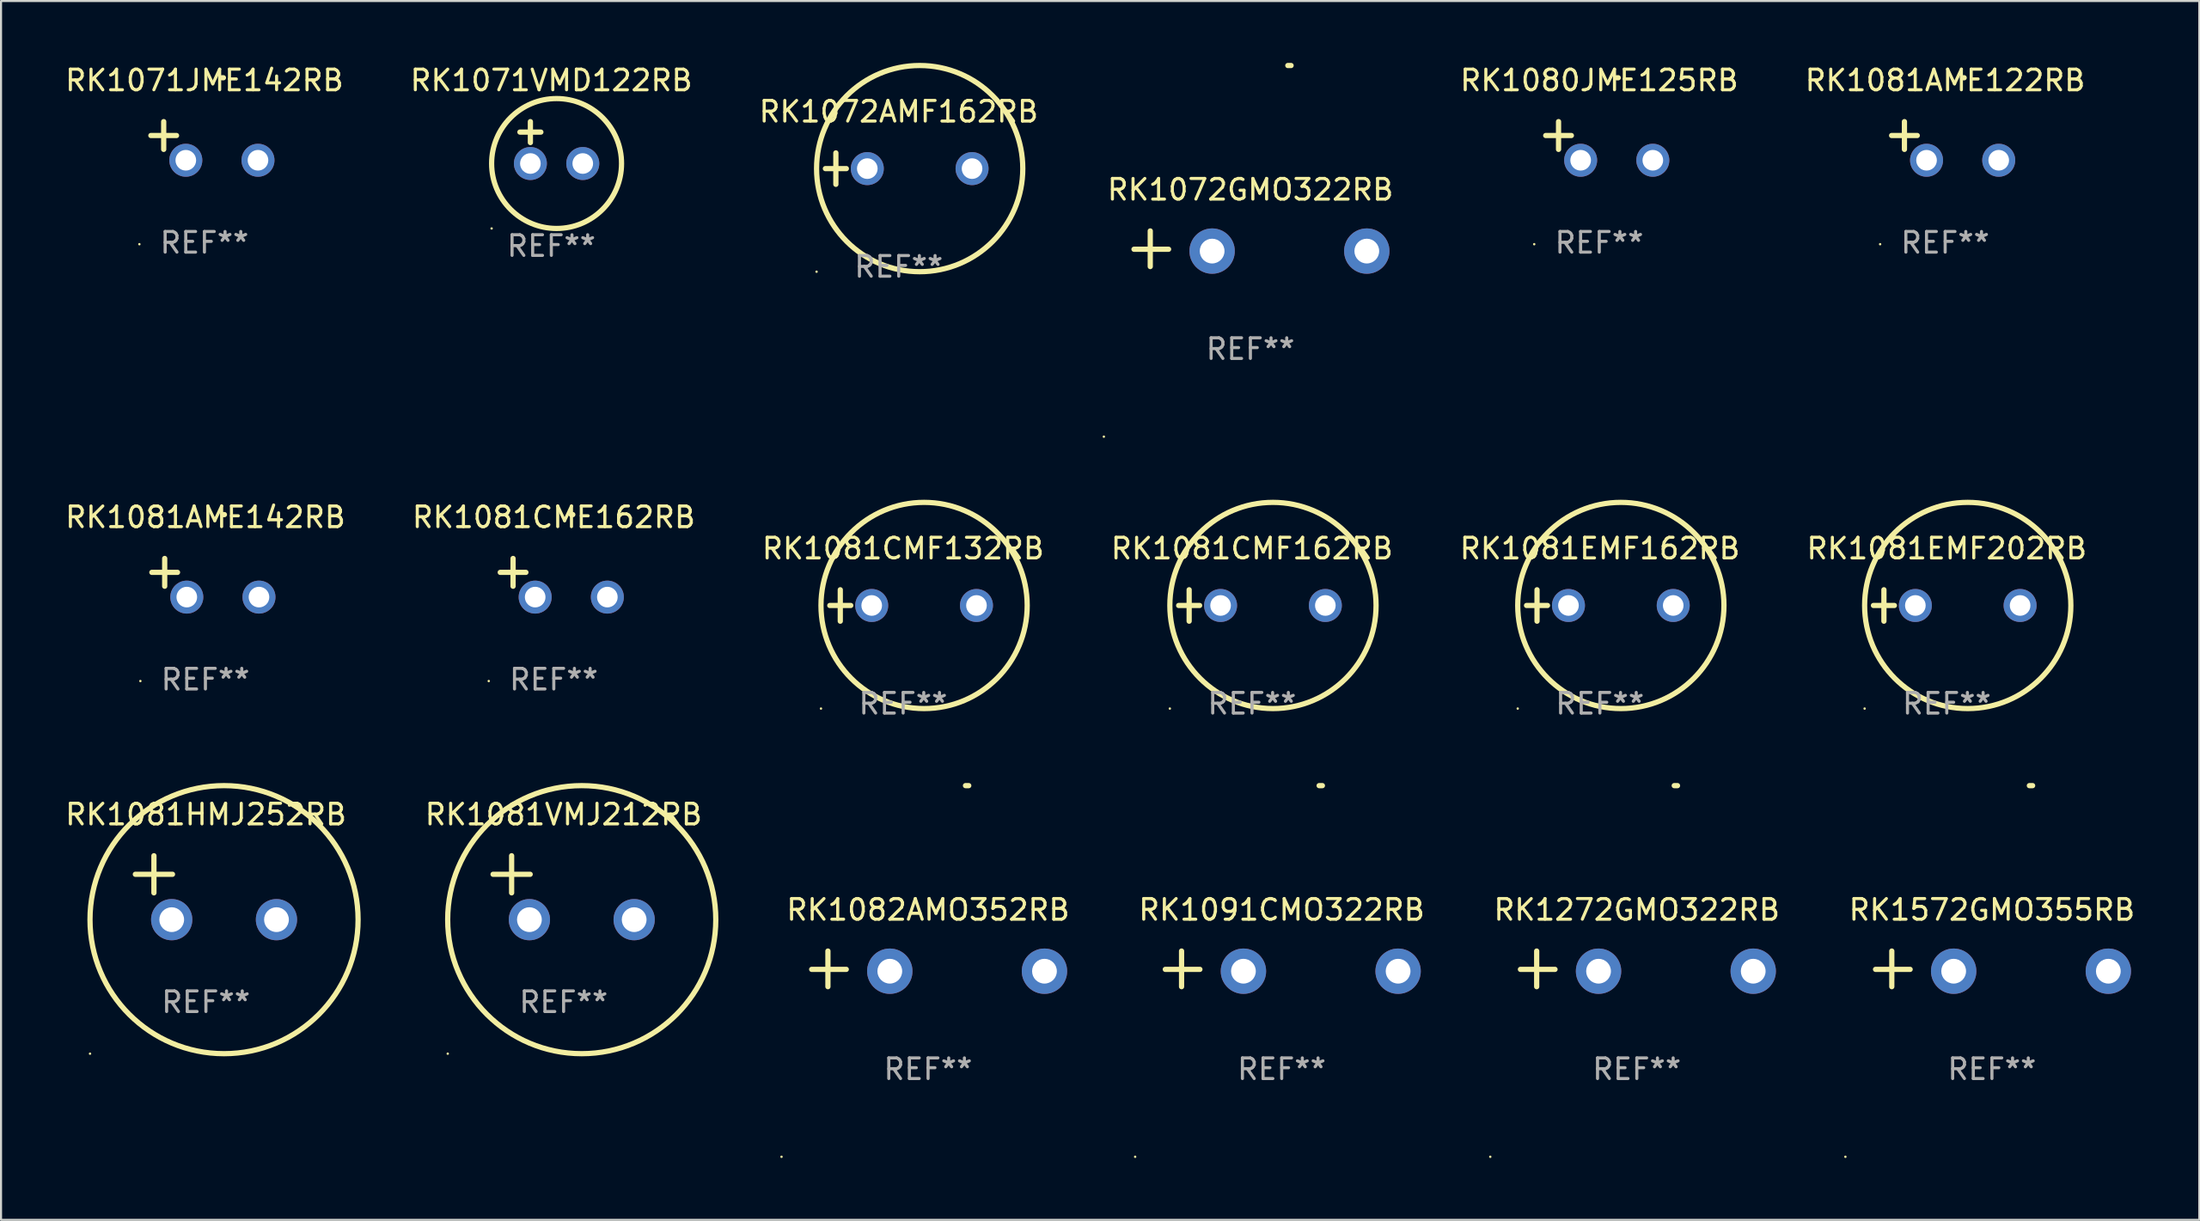
<source format=kicad_pcb>
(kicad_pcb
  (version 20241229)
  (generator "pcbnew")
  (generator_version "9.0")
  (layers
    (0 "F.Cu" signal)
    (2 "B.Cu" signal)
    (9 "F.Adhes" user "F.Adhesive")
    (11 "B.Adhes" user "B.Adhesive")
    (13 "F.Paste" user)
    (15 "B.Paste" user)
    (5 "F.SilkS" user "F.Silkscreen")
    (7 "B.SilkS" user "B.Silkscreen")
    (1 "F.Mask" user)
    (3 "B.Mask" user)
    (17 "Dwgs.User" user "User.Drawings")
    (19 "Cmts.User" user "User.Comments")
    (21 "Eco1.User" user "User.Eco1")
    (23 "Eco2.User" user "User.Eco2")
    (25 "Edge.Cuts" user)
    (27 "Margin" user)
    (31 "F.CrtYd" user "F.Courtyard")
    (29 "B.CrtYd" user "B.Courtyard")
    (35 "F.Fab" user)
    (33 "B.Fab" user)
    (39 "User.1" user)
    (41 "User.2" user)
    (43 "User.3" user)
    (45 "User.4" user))
  (footprint "RK1081HMJ252RB"
    (layer "F.Cu")
    (at 6.935 40.001)
    (property "Reference" "RK1081HMJ252RB" (at 0 -3.55 0) (layer "F.SilkS") (effects (font (size 1 1) (thickness 0.15))))
    (attr through_hole)
    (fp_line (start -3.421 -0.65) (end -1.621 -0.65) (stroke (width 0.254) (type solid)) (layer "F.SilkS"))
    (fp_line (start -2.521 -1.55) (end -2.521 0.25) (stroke (width 0.254) (type solid)) (layer "F.SilkS"))
    (fp_circle (center -5.619 8.05) (end -5.589 8.05) (stroke (width 0.06) (type solid)) (fill no) (layer "F.SilkS"))
    (fp_circle (center 0.879 1.55) (end 7.379 1.55) (stroke (width 0.254) (type solid)) (fill no) (layer "F.SilkS"))
    (fp_text user "REF**" (at 0 5.55 0) (layer "F.Fab") (effects (font (size 1 1) (thickness 0.15))))
    (pad "1" thru_hole circle (at -1.659 1.55) (size 2 2) (drill 1.2) (layers "*.Cu" "*.Mask"))
    (pad "2" thru_hole circle (at 3.421 1.55) (size 2 2) (drill 1.2) (layers "*.Cu" "*.Mask")))
  (footprint "RK1081CME162RB"
    (layer "F.Cu")
    (at 23.804 24.971)
    (property "Reference" "RK1081CME162RB" (at 0 -2.937 0) (layer "F.SilkS") (effects (font (size 1 1) (thickness 0.15))))
    (attr through_hole)
    (fp_line (start -1.975 0.41) (end -1.975 -0.937) (stroke (width 0.254) (type solid)) (layer "F.SilkS"))
    (fp_line (start -1.353 -0.263) (end -2.597 -0.263) (stroke (width 0.254) (type solid)) (layer "F.SilkS"))
    (fp_arc (start 0.849809 -3.063957) (mid 0.885369 -3.064114) (end 0.920929 -3.063957) (stroke (width 0.254001) (type solid)) (layer "F.SilkS"))
    (fp_circle (center -3.154 5.008) (end -3.124 5.008) (stroke (width 0.06) (type solid)) (fill no) (layer "F.SilkS"))
    (fp_text user "REF**" (at 0 4.937 0) (layer "F.Fab") (effects (font (size 1 1) (thickness 0.15))))
    (pad "1" thru_hole circle (at -0.903 0.937) (size 1.6 1.6) (drill 1) (layers "*.Cu" "*.Mask"))
    (pad "2" thru_hole circle (at 2.597 0.937) (size 1.6 1.6) (drill 1) (layers "*.Cu" "*.Mask")))
  (footprint "RK1091CMO322RB"
    (layer "F.Cu")
    (at 59.101 43.937)
    (property "Reference" "RK1091CMO322RB" (at 0 -2.864 0) (layer "F.SilkS") (effects (font (size 1 1) (thickness 0.15))))
    (attr through_hole)
    (fp_line (start -4.856 0.864) (end -4.856 -0.864) (stroke (width 0.254) (type solid)) (layer "F.SilkS"))
    (fp_line (start -3.967 0.025) (end -5.644 0.025) (stroke (width 0.254) (type solid)) (layer "F.SilkS"))
    (fp_arc (start 1.815024 -8.885649) (mid 1.893764 -8.88599) (end 1.972504 -8.885649) (stroke (width 0.254001) (type solid)) (layer "F.SilkS"))
    (fp_circle (center -7.106 9.114) (end -7.076 9.114) (stroke (width 0.06) (type solid)) (fill no) (layer "F.SilkS"))
    (fp_text user "REF**" (at 0 4.864 0) (layer "F.Fab") (effects (font (size 1 1) (thickness 0.15))))
    (pad "1" thru_hole circle (at -1.856 0.114) (size 2.2 2.2) (drill 1.2) (layers "*.Cu" "*.Mask"))
    (pad "2" thru_hole circle (at 5.644 0.114) (size 2.2 2.2) (drill 1.2) (layers "*.Cu" "*.Mask")))
  (footprint "RK1081EMF202RB"
    (layer "F.Cu")
    (at 91.351 26.314)
    (property "Reference" "RK1081EMF202RB" (at 0 -2.762 0) (layer "F.SilkS") (effects (font (size 1 1) (thickness 0.15))))
    (attr through_hole)
    (fp_line (start -3.556 0) (end -2.54 0) (stroke (width 0.254) (type solid)) (layer "F.SilkS"))
    (fp_line (start -3.048 -0.762) (end -3.048 0.762) (stroke (width 0.254) (type solid)) (layer "F.SilkS"))
    (fp_circle (center -3.984 5) (end -3.954 5) (stroke (width 0.06) (type solid)) (fill no) (layer "F.SilkS"))
    (fp_circle (center 1.016 0) (end 6.016 0) (stroke (width 0.254) (type solid)) (fill no) (layer "F.SilkS"))
    (fp_text user "REF**" (at 0 4.762 0) (layer "F.Fab") (effects (font (size 1 1) (thickness 0.15))))
    (pad "1" thru_hole circle (at -1.524 0) (size 1.6 1.6) (drill 1) (layers "*.Cu" "*.Mask"))
    (pad "2" thru_hole circle (at 3.556 0) (size 1.6 1.6) (drill 1) (layers "*.Cu" "*.Mask")))
  (footprint "RK1081VMJ212RB"
    (layer "F.Cu")
    (at 24.28 40.001)
    (property "Reference" "RK1081VMJ212RB" (at 0 -3.55 0) (layer "F.SilkS") (effects (font (size 1 1) (thickness 0.15))))
    (attr through_hole)
    (fp_line (start -3.421 -0.65) (end -1.621 -0.65) (stroke (width 0.254) (type solid)) (layer "F.SilkS"))
    (fp_line (start -2.521 -1.55) (end -2.521 0.25) (stroke (width 0.254) (type solid)) (layer "F.SilkS"))
    (fp_circle (center -5.619 8.05) (end -5.589 8.05) (stroke (width 0.06) (type solid)) (fill no) (layer "F.SilkS"))
    (fp_circle (center 0.879 1.55) (end 7.379 1.55) (stroke (width 0.254) (type solid)) (fill no) (layer "F.SilkS"))
    (fp_text user "REF**" (at 0 5.55 0) (layer "F.Fab") (effects (font (size 1 1) (thickness 0.15))))
    (pad "1" thru_hole circle (at -1.659 1.55) (size 2 2) (drill 1.2) (layers "*.Cu" "*.Mask"))
    (pad "2" thru_hole circle (at 3.421 1.55) (size 2 2) (drill 1.2) (layers "*.Cu" "*.Mask")))
  (footprint "RK1071JME142RB"
    (layer "F.Cu")
    (at 6.863 3.785)
    (property "Reference" "RK1071JME142RB" (at 0 -2.937 0) (layer "F.SilkS") (effects (font (size 1 1) (thickness 0.15))))
    (attr through_hole)
    (fp_line (start -1.975 0.41) (end -1.975 -0.937) (stroke (width 0.254) (type solid)) (layer "F.SilkS"))
    (fp_line (start -1.353 -0.263) (end -2.597 -0.263) (stroke (width 0.254) (type solid)) (layer "F.SilkS"))
    (fp_arc (start 0.849809 -3.063957) (mid 0.885369 -3.064114) (end 0.920929 -3.063957) (stroke (width 0.254001) (type solid)) (layer "F.SilkS"))
    (fp_circle (center -3.154 5.008) (end -3.124 5.008) (stroke (width 0.06) (type solid)) (fill no) (layer "F.SilkS"))
    (fp_text user "REF**" (at 0 4.937 0) (layer "F.Fab") (effects (font (size 1 1) (thickness 0.15))))
    (pad "1" thru_hole circle (at -0.903 0.937) (size 1.6 1.6) (drill 1) (layers "*.Cu" "*.Mask"))
    (pad "2" thru_hole circle (at 2.597 0.937) (size 1.6 1.6) (drill 1) (layers "*.Cu" "*.Mask")))
  (footprint "RK1081EMF162RB"
    (layer "F.Cu")
    (at 74.53 26.314)
    (property "Reference" "RK1081EMF162RB" (at 0 -2.762 0) (layer "F.SilkS") (effects (font (size 1 1) (thickness 0.15))))
    (attr through_hole)
    (fp_line (start -3.556 0) (end -2.54 0) (stroke (width 0.254) (type solid)) (layer "F.SilkS"))
    (fp_line (start -3.048 -0.762) (end -3.048 0.762) (stroke (width 0.254) (type solid)) (layer "F.SilkS"))
    (fp_circle (center -3.984 5) (end -3.954 5) (stroke (width 0.06) (type solid)) (fill no) (layer "F.SilkS"))
    (fp_circle (center 1.016 0) (end 6.016 0) (stroke (width 0.254) (type solid)) (fill no) (layer "F.SilkS"))
    (fp_text user "REF**" (at 0 4.762 0) (layer "F.Fab") (effects (font (size 1 1) (thickness 0.15))))
    (pad "1" thru_hole circle (at -1.524 0) (size 1.6 1.6) (drill 1) (layers "*.Cu" "*.Mask"))
    (pad "2" thru_hole circle (at 3.556 0) (size 1.6 1.6) (drill 1) (layers "*.Cu" "*.Mask")))
  (footprint "RK1081CMF132RB"
    (layer "F.Cu")
    (at 40.744 26.314)
    (property "Reference" "RK1081CMF132RB" (at 0 -2.762 0) (layer "F.SilkS") (effects (font (size 1 1) (thickness 0.15))))
    (attr through_hole)
    (fp_line (start -3.556 0) (end -2.54 0) (stroke (width 0.254) (type solid)) (layer "F.SilkS"))
    (fp_line (start -3.048 -0.762) (end -3.048 0.762) (stroke (width 0.254) (type solid)) (layer "F.SilkS"))
    (fp_circle (center -3.984 5) (end -3.954 5) (stroke (width 0.06) (type solid)) (fill no) (layer "F.SilkS"))
    (fp_circle (center 1.016 0) (end 6.016 0) (stroke (width 0.254) (type solid)) (fill no) (layer "F.SilkS"))
    (fp_text user "REF**" (at 0 4.762 0) (layer "F.Fab") (effects (font (size 1 1) (thickness 0.15))))
    (pad "1" thru_hole circle (at -1.524 0) (size 1.6 1.6) (drill 1) (layers "*.Cu" "*.Mask"))
    (pad "2" thru_hole circle (at 3.556 0) (size 1.6 1.6) (drill 1) (layers "*.Cu" "*.Mask")))
  (footprint "RK1081CMF162RB"
    (layer "F.Cu")
    (at 57.661 26.314)
    (property "Reference" "RK1081CMF162RB" (at 0 -2.762 0) (layer "F.SilkS") (effects (font (size 1 1) (thickness 0.15))))
    (attr through_hole)
    (fp_line (start -3.556 0) (end -2.54 0) (stroke (width 0.254) (type solid)) (layer "F.SilkS"))
    (fp_line (start -3.048 -0.762) (end -3.048 0.762) (stroke (width 0.254) (type solid)) (layer "F.SilkS"))
    (fp_circle (center -3.984 5) (end -3.954 5) (stroke (width 0.06) (type solid)) (fill no) (layer "F.SilkS"))
    (fp_circle (center 1.016 0) (end 6.016 0) (stroke (width 0.254) (type solid)) (fill no) (layer "F.SilkS"))
    (fp_text user "REF**" (at 0 4.762 0) (layer "F.Fab") (effects (font (size 1 1) (thickness 0.15))))
    (pad "1" thru_hole circle (at -1.524 0) (size 1.6 1.6) (drill 1) (layers "*.Cu" "*.Mask"))
    (pad "2" thru_hole circle (at 3.556 0) (size 1.6 1.6) (drill 1) (layers "*.Cu" "*.Mask")))
  (footprint "RK1080JME125RB"
    (layer "F.Cu")
    (at 74.5 3.785)
    (property "Reference" "RK1080JME125RB" (at 0 -2.937 0) (layer "F.SilkS") (effects (font (size 1 1) (thickness 0.15))))
    (attr through_hole)
    (fp_line (start -1.975 0.41) (end -1.975 -0.937) (stroke (width 0.254) (type solid)) (layer "F.SilkS"))
    (fp_line (start -1.353 -0.263) (end -2.597 -0.263) (stroke (width 0.254) (type solid)) (layer "F.SilkS"))
    (fp_arc (start 0.849759 -3.063945) (mid 0.885319 -3.064102) (end 0.920879 -3.063945) (stroke (width 0.254001) (type solid)) (layer "F.SilkS"))
    (fp_circle (center -3.154 5.008) (end -3.124 5.008) (stroke (width 0.06) (type solid)) (fill no) (layer "F.SilkS"))
    (fp_text user "REF**" (at 0 4.937 0) (layer "F.Fab") (effects (font (size 1 1) (thickness 0.15))))
    (pad "1" thru_hole circle (at -0.903 0.937) (size 1.6 1.6) (drill 1) (layers "*.Cu" "*.Mask"))
    (pad "2" thru_hole circle (at 2.597 0.937) (size 1.6 1.6) (drill 1) (layers "*.Cu" "*.Mask")))
  (footprint "RK1082AMO352RB"
    (layer "F.Cu")
    (at 41.953 43.937)
    (property "Reference" "RK1082AMO352RB" (at 0 -2.864 0) (layer "F.SilkS") (effects (font (size 1 1) (thickness 0.15))))
    (attr through_hole)
    (fp_line (start -4.856 0.864) (end -4.856 -0.864) (stroke (width 0.254) (type solid)) (layer "F.SilkS"))
    (fp_line (start -3.967 0.025) (end -5.644 0.025) (stroke (width 0.254) (type solid)) (layer "F.SilkS"))
    (fp_arc (start 1.815024 -8.885649) (mid 1.893764 -8.88599) (end 1.972504 -8.885649) (stroke (width 0.254001) (type solid)) (layer "F.SilkS"))
    (fp_circle (center -7.106 9.114) (end -7.076 9.114) (stroke (width 0.06) (type solid)) (fill no) (layer "F.SilkS"))
    (fp_text user "REF**" (at 0 4.864 0) (layer "F.Fab") (effects (font (size 1 1) (thickness 0.15))))
    (pad "1" thru_hole circle (at -1.856 0.114) (size 2.2 2.2) (drill 1.2) (layers "*.Cu" "*.Mask"))
    (pad "2" thru_hole circle (at 5.644 0.114) (size 2.2 2.2) (drill 1.2) (layers "*.Cu" "*.Mask")))
  (footprint "RK1081AME142RB"
    (layer "F.Cu")
    (at 6.911 24.971)
    (property "Reference" "RK1081AME142RB" (at 0 -2.937 0) (layer "F.SilkS") (effects (font (size 1 1) (thickness 0.15))))
    (attr through_hole)
    (fp_line (start -1.975 0.41) (end -1.975 -0.937) (stroke (width 0.254) (type solid)) (layer "F.SilkS"))
    (fp_line (start -1.353 -0.263) (end -2.597 -0.263) (stroke (width 0.254) (type solid)) (layer "F.SilkS"))
    (fp_arc (start 0.849809 -3.063957) (mid 0.885369 -3.064114) (end 0.920929 -3.063957) (stroke (width 0.254001) (type solid)) (layer "F.SilkS"))
    (fp_circle (center -3.154 5.008) (end -3.124 5.008) (stroke (width 0.06) (type solid)) (fill no) (layer "F.SilkS"))
    (fp_text user "REF**" (at 0 4.937 0) (layer "F.Fab") (effects (font (size 1 1) (thickness 0.15))))
    (pad "1" thru_hole circle (at -0.903 0.937) (size 1.6 1.6) (drill 1) (layers "*.Cu" "*.Mask"))
    (pad "2" thru_hole circle (at 2.597 0.937) (size 1.6 1.6) (drill 1) (layers "*.Cu" "*.Mask")))
  (footprint "RK1071VMD122RB"
    (layer "F.Cu")
    (at 23.685 3.864)
    (property "Reference" "RK1071VMD122RB" (at 0 -3.016 0) (layer "F.SilkS") (effects (font (size 1 1) (thickness 0.15))))
    (attr through_hole)
    (fp_line (start -1.524 -0.508) (end -0.508 -0.508) (stroke (width 0.254) (type solid)) (layer "F.SilkS"))
    (fp_line (start -1.016 -1.016) (end -1.016 0) (stroke (width 0.254) (type solid)) (layer "F.SilkS"))
    (fp_circle (center -2.896 4.166) (end -2.866 4.166) (stroke (width 0.06) (type solid)) (fill no) (layer "F.SilkS"))
    (fp_circle (center 0.254 1.016) (end 3.404 1.016) (stroke (width 0.254) (type solid)) (fill no) (layer "F.SilkS"))
    (fp_text user "REF**" (at 0 5.016 0) (layer "F.Fab") (effects (font (size 1 1) (thickness 0.15))))
    (pad "1" thru_hole circle (at -1.016 1.016) (size 1.6 1.6) (drill 1) (layers "*.Cu" "*.Mask"))
    (pad "2" thru_hole circle (at 1.524 1.016) (size 1.6 1.6) (drill 1) (layers "*.Cu" "*.Mask")))
  (footprint "RK1072AMF162RB"
    (layer "F.Cu")
    (at 40.53 5.127)
    (property "Reference" "RK1072AMF162RB" (at 0 -2.762 0) (layer "F.SilkS") (effects (font (size 1 1) (thickness 0.15))))
    (attr through_hole)
    (fp_line (start -3.556 0) (end -2.54 0) (stroke (width 0.254) (type solid)) (layer "F.SilkS"))
    (fp_line (start -3.048 -0.762) (end -3.048 0.762) (stroke (width 0.254) (type solid)) (layer "F.SilkS"))
    (fp_circle (center -3.984 5) (end -3.954 5) (stroke (width 0.06) (type solid)) (fill no) (layer "F.SilkS"))
    (fp_circle (center 1.016 0) (end 6.016 0) (stroke (width 0.254) (type solid)) (fill no) (layer "F.SilkS"))
    (fp_text user "REF**" (at 0 4.762 0) (layer "F.Fab") (effects (font (size 1 1) (thickness 0.15))))
    (pad "1" thru_hole circle (at -1.524 0) (size 1.6 1.6) (drill 1) (layers "*.Cu" "*.Mask"))
    (pad "2" thru_hole circle (at 3.556 0) (size 1.6 1.6) (drill 1) (layers "*.Cu" "*.Mask")))
  (footprint "RK1572GMO355RB"
    (layer "F.Cu")
    (at 93.541 43.937)
    (property "Reference" "RK1572GMO355RB" (at 0 -2.864 0) (layer "F.SilkS") (effects (font (size 1 1) (thickness 0.15))))
    (attr through_hole)
    (fp_line (start -4.856 0.864) (end -4.856 -0.864) (stroke (width 0.254) (type solid)) (layer "F.SilkS"))
    (fp_line (start -3.967 0.025) (end -5.644 0.025) (stroke (width 0.254) (type solid)) (layer "F.SilkS"))
    (fp_arc (start 1.815024 -8.885649) (mid 1.893764 -8.88599) (end 1.972504 -8.885649) (stroke (width 0.254001) (type solid)) (layer "F.SilkS"))
    (fp_circle (center -7.106 9.114) (end -7.076 9.114) (stroke (width 0.06) (type solid)) (fill no) (layer "F.SilkS"))
    (fp_text user "REF**" (at 0 4.864 0) (layer "F.Fab") (effects (font (size 1 1) (thickness 0.15))))
    (pad "1" thru_hole circle (at -1.856 0.114) (size 2.2 2.2) (drill 1.2) (layers "*.Cu" "*.Mask"))
    (pad "2" thru_hole circle (at 5.644 0.114) (size 2.2 2.2) (drill 1.2) (layers "*.Cu" "*.Mask")))
  (footprint "RK1272GMO322RB"
    (layer "F.Cu")
    (at 76.321 43.937)
    (property "Reference" "RK1272GMO322RB" (at 0 -2.864 0) (layer "F.SilkS") (effects (font (size 1 1) (thickness 0.15))))
    (attr through_hole)
    (fp_line (start -4.856 0.864) (end -4.856 -0.864) (stroke (width 0.254) (type solid)) (layer "F.SilkS"))
    (fp_line (start -3.967 0.025) (end -5.644 0.025) (stroke (width 0.254) (type solid)) (layer "F.SilkS"))
    (fp_arc (start 1.815024 -8.885649) (mid 1.893764 -8.88599) (end 1.972504 -8.885649) (stroke (width 0.254001) (type solid)) (layer "F.SilkS"))
    (fp_circle (center -7.106 9.114) (end -7.076 9.114) (stroke (width 0.06) (type solid)) (fill no) (layer "F.SilkS"))
    (fp_text user "REF**" (at 0 4.864 0) (layer "F.Fab") (effects (font (size 1 1) (thickness 0.15))))
    (pad "1" thru_hole circle (at -1.856 0.114) (size 2.2 2.2) (drill 1.2) (layers "*.Cu" "*.Mask"))
    (pad "2" thru_hole circle (at 5.644 0.114) (size 2.2 2.2) (drill 1.2) (layers "*.Cu" "*.Mask")))
  (footprint "RK1081AME122RB"
    (layer "F.Cu")
    (at 91.273 3.785)
    (property "Reference" "RK1081AME122RB" (at 0 -2.937 0) (layer "F.SilkS") (effects (font (size 1 1) (thickness 0.15))))
    (attr through_hole)
    (fp_line (start -1.975 0.41) (end -1.975 -0.937) (stroke (width 0.254) (type solid)) (layer "F.SilkS"))
    (fp_line (start -1.353 -0.263) (end -2.597 -0.263) (stroke (width 0.254) (type solid)) (layer "F.SilkS"))
    (fp_arc (start 0.849809 -3.063957) (mid 0.885369 -3.064114) (end 0.920929 -3.063957) (stroke (width 0.254001) (type solid)) (layer "F.SilkS"))
    (fp_circle (center -3.154 5.008) (end -3.124 5.008) (stroke (width 0.06) (type solid)) (fill no) (layer "F.SilkS"))
    (fp_text user "REF**" (at 0 4.937 0) (layer "F.Fab") (effects (font (size 1 1) (thickness 0.15))))
    (pad "1" thru_hole circle (at -0.903 0.937) (size 1.6 1.6) (drill 1) (layers "*.Cu" "*.Mask"))
    (pad "2" thru_hole circle (at 2.597 0.937) (size 1.6 1.6) (drill 1) (layers "*.Cu" "*.Mask")))
  (footprint "RK1072GMO322RB"
    (layer "F.Cu")
    (at 57.583 9.013)
    (property "Reference" "RK1072GMO322RB" (at 0 -2.864 0) (layer "F.SilkS") (effects (font (size 1 1) (thickness 0.15))))
    (attr through_hole)
    (fp_line (start -4.856 0.864) (end -4.856 -0.864) (stroke (width 0.254) (type solid)) (layer "F.SilkS"))
    (fp_line (start -3.967 0.025) (end -5.644 0.025) (stroke (width 0.254) (type solid)) (layer "F.SilkS"))
    (fp_arc (start 1.815024 -8.885649) (mid 1.893764 -8.88599) (end 1.972504 -8.885649) (stroke (width 0.254001) (type solid)) (layer "F.SilkS"))
    (fp_circle (center -7.106 9.114) (end -7.076 9.114) (stroke (width 0.06) (type solid)) (fill no) (layer "F.SilkS"))
    (fp_text user "REF**" (at 0 4.864 0) (layer "F.Fab") (effects (font (size 1 1) (thickness 0.15))))
    (pad "1" thru_hole circle (at -1.856 0.114) (size 2.2 2.2) (drill 1.2) (layers "*.Cu" "*.Mask"))
    (pad "2" thru_hole circle (at 5.644 0.114) (size 2.2 2.2) (drill 1.2) (layers "*.Cu" "*.Mask")))
  (gr_rect
    (start -3 -3)
    (end 103.595 56.11)
    (stroke (width 0.1) (type default))
    (fill no)
    (layer "Edge.Cuts")))
</source>
